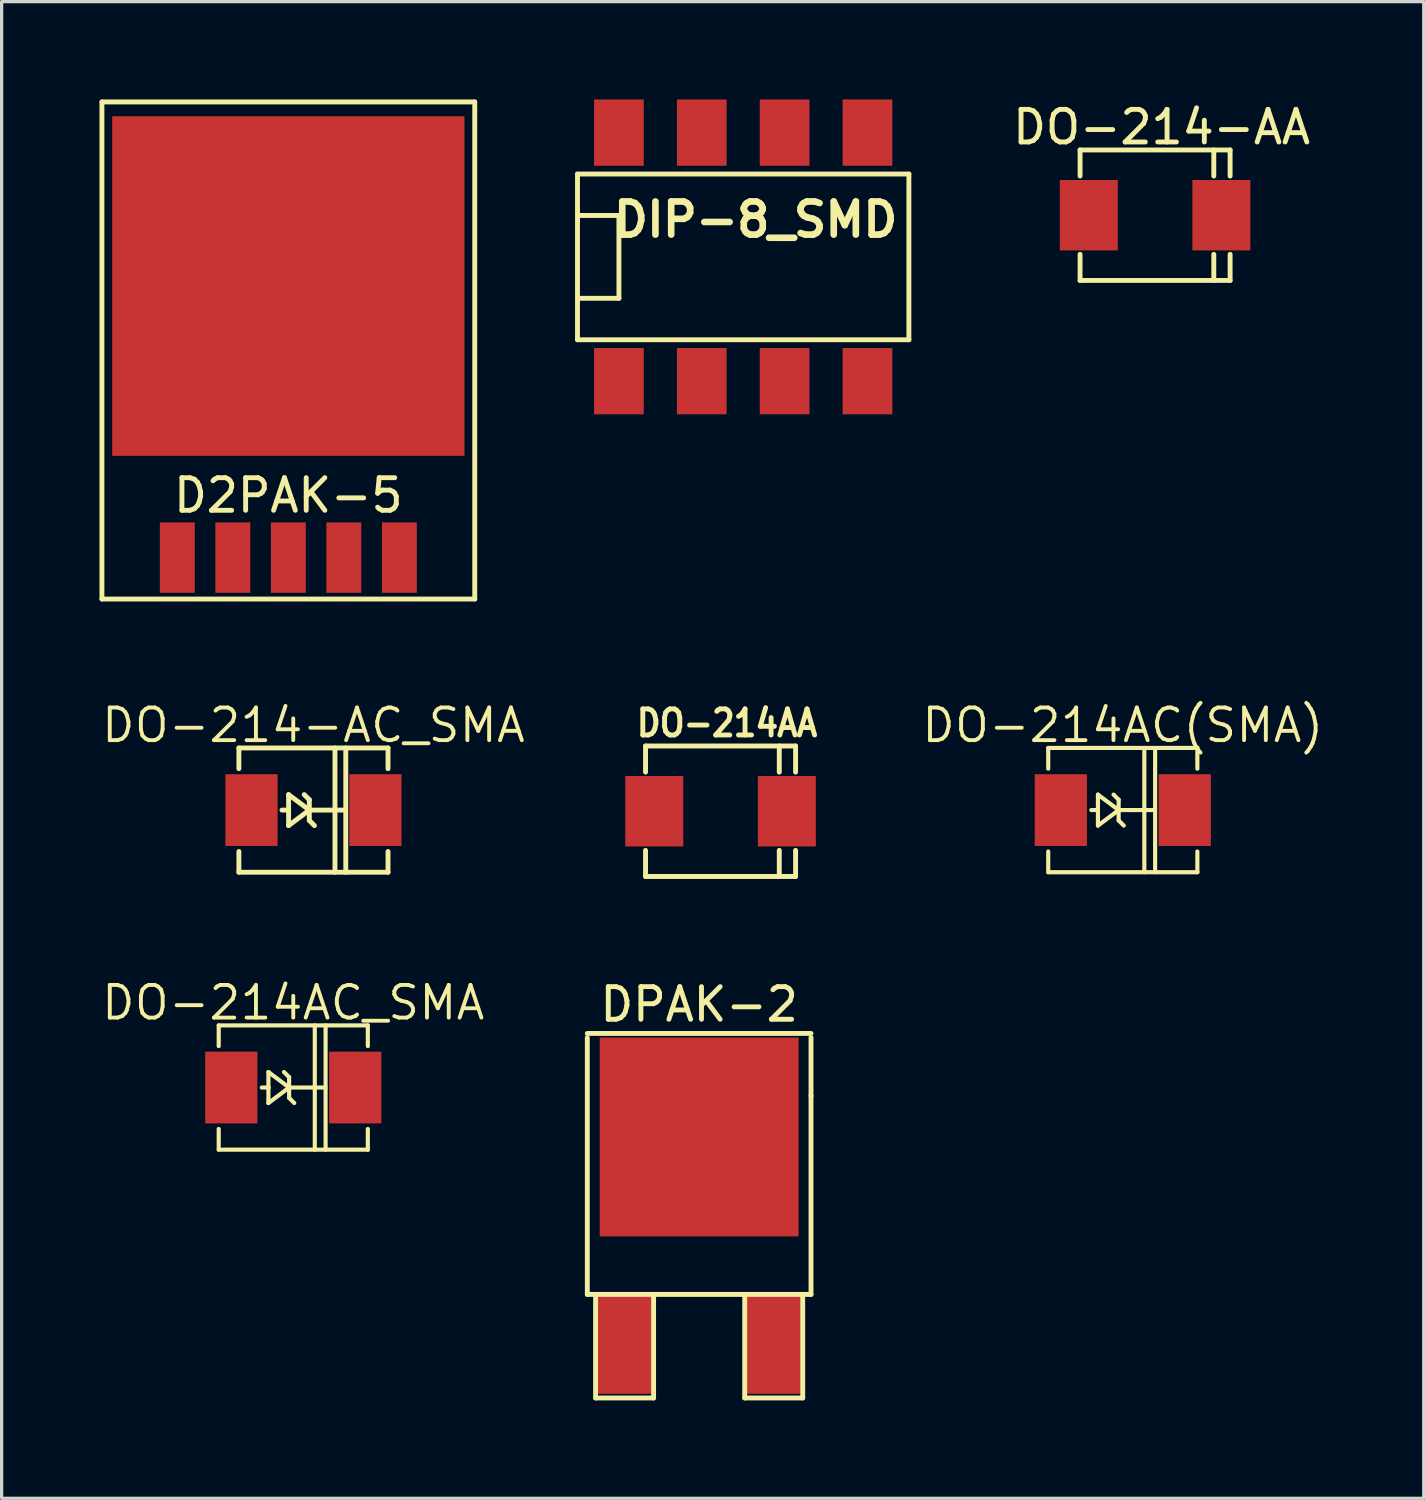
<source format=kicad_pcb>
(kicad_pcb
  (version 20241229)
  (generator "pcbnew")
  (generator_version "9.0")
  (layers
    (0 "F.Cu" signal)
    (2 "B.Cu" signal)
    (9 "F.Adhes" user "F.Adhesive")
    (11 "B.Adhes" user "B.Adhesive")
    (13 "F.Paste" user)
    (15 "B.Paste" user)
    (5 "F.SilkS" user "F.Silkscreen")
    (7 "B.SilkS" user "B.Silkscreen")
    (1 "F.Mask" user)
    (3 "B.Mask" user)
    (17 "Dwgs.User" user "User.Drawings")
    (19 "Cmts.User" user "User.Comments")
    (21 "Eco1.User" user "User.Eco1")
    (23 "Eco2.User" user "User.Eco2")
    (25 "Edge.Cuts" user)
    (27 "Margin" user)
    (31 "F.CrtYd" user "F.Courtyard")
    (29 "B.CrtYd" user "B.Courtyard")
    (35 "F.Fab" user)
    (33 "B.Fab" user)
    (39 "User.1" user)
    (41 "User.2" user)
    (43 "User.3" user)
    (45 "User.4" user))
  (footprint "DO-214-AA"
    (layer "F.Cu")
    (at 32.363 3.548)
    (property "Reference" "DO-214-AA" (at 0.2 -2.7 0) (layer "F.SilkS") (effects (font (size 1 1) (thickness 0.15))))
    (attr smd)
    (fp_line (start -2.3 -2) (end 2.3 -2) (stroke (width 0.15) (type solid)) (layer "F.SilkS"))
    (fp_line (start -2.3 -1.2) (end -2.3 -2) (stroke (width 0.15) (type solid)) (layer "F.SilkS"))
    (fp_line (start -2.3 1.2) (end -2.3 2) (stroke (width 0.15) (type solid)) (layer "F.SilkS"))
    (fp_line (start -2.3 2) (end 2.3 2) (stroke (width 0.15) (type solid)) (layer "F.SilkS"))
    (fp_line (start 1.8 -2) (end 1.8 -1.2) (stroke (width 0.15) (type solid)) (layer "F.SilkS"))
    (fp_line (start 1.8 2) (end 1.8 1.2) (stroke (width 0.15) (type solid)) (layer "F.SilkS"))
    (fp_line (start 2.3 -2) (end 2.3 -1.2) (stroke (width 0.15) (type solid)) (layer "F.SilkS"))
    (fp_line (start 2.3 2) (end 2.3 1.2) (stroke (width 0.15) (type solid)) (layer "F.SilkS"))
    (pad "1" smd rect (at -2.032 0) (size 1.778 2.159) (layers "F.Cu" "F.Mask" "F.Paste"))
    (pad "2" smd rect (at 2.032 0) (size 1.778 2.159) (layers "F.Cu" "F.Mask" "F.Paste")))
  (footprint "DO-214AC_SMA"
    (layer "F.Cu")
    (at 5.941 30.292)
    (property "Reference" "DO-214AC_SMA" (at 0 -2.601 0) (layer "F.SilkS") (effects (font (size 1.001 1.001) (thickness 0.119))))
    (attr smd)
    (fp_line (start -2.286 -1.905) (end 2.286 -1.905) (stroke (width 0.127) (type solid)) (layer "F.SilkS"))
    (fp_line (start -2.286 -1.27) (end -2.286 -1.905) (stroke (width 0.127) (type solid)) (layer "F.SilkS"))
    (fp_line (start -2.286 1.27) (end -2.286 1.905) (stroke (width 0.127) (type solid)) (layer "F.SilkS"))
    (fp_line (start -2.286 1.905) (end 2.286 1.905) (stroke (width 0.127) (type solid)) (layer "F.SilkS"))
    (fp_line (start -0.762 -0.475) (end -0.762 0) (stroke (width 0.127) (type solid)) (layer "F.SilkS"))
    (fp_line (start -0.762 0) (end -0.965 0) (stroke (width 0.127) (type solid)) (layer "F.SilkS"))
    (fp_line (start -0.762 0) (end -0.762 0.475) (stroke (width 0.127) (type solid)) (layer "F.SilkS"))
    (fp_line (start -0.762 0.475) (end -0.127 0) (stroke (width 0.127) (type solid)) (layer "F.SilkS"))
    (fp_line (start -0.127 -0.318) (end -0.284 -0.475) (stroke (width 0.127) (type solid)) (layer "F.SilkS"))
    (fp_line (start -0.127 0) (end -0.762 -0.475) (stroke (width 0.127) (type solid)) (layer "F.SilkS"))
    (fp_line (start -0.127 0) (end -0.127 -0.318) (stroke (width 0.127) (type solid)) (layer "F.SilkS"))
    (fp_line (start -0.127 0) (end -0.127 0.318) (stroke (width 0.127) (type solid)) (layer "F.SilkS"))
    (fp_line (start -0.127 0) (end 0.983 0) (stroke (width 0.127) (type solid)) (layer "F.SilkS"))
    (fp_line (start -0.127 0.318) (end 0.03 0.475) (stroke (width 0.127) (type solid)) (layer "F.SilkS"))
    (fp_line (start 0.66 1.905) (end 0.66 -1.905) (stroke (width 0.127) (type solid)) (layer "F.SilkS"))
    (fp_line (start 0.991 1.905) (end 0.991 -1.905) (stroke (width 0.127) (type solid)) (layer "F.SilkS"))
    (fp_line (start 2.286 -1.905) (end 2.286 -1.27) (stroke (width 0.127) (type solid)) (layer "F.SilkS"))
    (fp_line (start 2.286 1.905) (end 2.286 1.27) (stroke (width 0.127) (type solid)) (layer "F.SilkS"))
    (pad "1" smd rect (at -1.9 0) (size 1.6 2.2) (layers "F.Cu" "F.Mask" "F.Paste"))
    (pad "2" smd rect (at 1.9 0) (size 1.6 2.2) (layers "F.Cu" "F.Mask" "F.Paste")))
  (footprint "D2PAK-5"
    (layer "F.Cu")
    (at 5.79 14.045)
    (property "Reference" "D2PAK-5" (at 0 -1.905 0) (layer "F.SilkS") (effects (font (size 1 1) (thickness 0.15))))
    (attr through_hole)
    (fp_line (start -5.715 -13.97) (end -5.715 1.27) (stroke (width 0.15) (type solid)) (layer "F.SilkS"))
    (fp_line (start -5.715 1.27) (end 5.715 1.27) (stroke (width 0.15) (type solid)) (layer "F.SilkS"))
    (fp_line (start 5.715 -13.97) (end -5.715 -13.97) (stroke (width 0.15) (type solid)) (layer "F.SilkS"))
    (fp_line (start 5.715 1.27) (end 5.715 -13.97) (stroke (width 0.15) (type solid)) (layer "F.SilkS"))
    (pad "" smd rect (at 0 -8.325) (size 10.8 10.41) (layers "F.Cu" "F.Mask" "F.Paste"))
    (pad "1" smd rect (at -3.404 0) (size 1.07 2.16) (layers "F.Cu" "F.Mask" "F.Paste"))
    (pad "2" smd rect (at -1.702 0) (size 1.07 2.16) (layers "F.Cu" "F.Mask" "F.Paste"))
    (pad "3" smd rect (at 0 0) (size 1.07 2.16) (layers "F.Cu" "F.Mask" "F.Paste"))
    (pad "4" smd rect (at 1.702 0) (size 1.07 2.16) (layers "F.Cu" "F.Mask" "F.Paste"))
    (pad "5" smd rect (at 3.404 0) (size 1.07 2.16) (layers "F.Cu" "F.Mask" "F.Paste")))
  (footprint "DO-214AC(SMA)"
    (layer "F.Cu")
    (at 31.373 21.786)
    (property "Reference" "DO-214AC(SMA)" (at 0 -2.601 0) (layer "F.SilkS") (effects (font (size 1.001 1.001) (thickness 0.119))))
    (attr smd)
    (fp_line (start -2.286 -1.905) (end 2.286 -1.905) (stroke (width 0.127) (type solid)) (layer "F.SilkS"))
    (fp_line (start -2.286 -1.27) (end -2.286 -1.905) (stroke (width 0.127) (type solid)) (layer "F.SilkS"))
    (fp_line (start -2.286 1.27) (end -2.286 1.905) (stroke (width 0.127) (type solid)) (layer "F.SilkS"))
    (fp_line (start -2.286 1.905) (end 2.286 1.905) (stroke (width 0.127) (type solid)) (layer "F.SilkS"))
    (fp_line (start -0.762 -0.475) (end -0.762 0) (stroke (width 0.127) (type solid)) (layer "F.SilkS"))
    (fp_line (start -0.762 0) (end -0.965 0) (stroke (width 0.127) (type solid)) (layer "F.SilkS"))
    (fp_line (start -0.762 0) (end -0.762 0.475) (stroke (width 0.127) (type solid)) (layer "F.SilkS"))
    (fp_line (start -0.762 0.475) (end -0.127 0) (stroke (width 0.127) (type solid)) (layer "F.SilkS"))
    (fp_line (start -0.127 -0.318) (end -0.284 -0.475) (stroke (width 0.127) (type solid)) (layer "F.SilkS"))
    (fp_line (start -0.127 0) (end -0.762 -0.475) (stroke (width 0.127) (type solid)) (layer "F.SilkS"))
    (fp_line (start -0.127 0) (end -0.127 -0.318) (stroke (width 0.127) (type solid)) (layer "F.SilkS"))
    (fp_line (start -0.127 0) (end -0.127 0.318) (stroke (width 0.127) (type solid)) (layer "F.SilkS"))
    (fp_line (start -0.127 0) (end 0.983 0) (stroke (width 0.127) (type solid)) (layer "F.SilkS"))
    (fp_line (start -0.127 0.318) (end 0.03 0.475) (stroke (width 0.127) (type solid)) (layer "F.SilkS"))
    (fp_line (start 0.66 1.905) (end 0.66 -1.905) (stroke (width 0.127) (type solid)) (layer "F.SilkS"))
    (fp_line (start 0.991 1.905) (end 0.991 -1.905) (stroke (width 0.127) (type solid)) (layer "F.SilkS"))
    (fp_line (start 2.286 -1.905) (end 2.286 -1.27) (stroke (width 0.127) (type solid)) (layer "F.SilkS"))
    (fp_line (start 2.286 1.905) (end 2.286 1.27) (stroke (width 0.127) (type solid)) (layer "F.SilkS"))
    (pad "1" smd rect (at -1.9 0) (size 1.6 2.2) (layers "F.Cu" "F.Mask" "F.Paste"))
    (pad "2" smd rect (at 1.9 0) (size 1.6 2.2) (layers "F.Cu" "F.Mask" "F.Paste")))
  (footprint "DPAK-2"
    (layer "F.Cu")
    (at 18.385 38.158)
    (property "Reference" "DPAK-2" (at 0 -10.414 0) (layer "F.SilkS") (effects (font (size 1 1) (thickness 0.15))))
    (attr smd)
    (fp_line (start -3.429 -9.525) (end 3.429 -9.525) (stroke (width 0.15) (type solid)) (layer "F.SilkS"))
    (fp_line (start -3.429 -1.524) (end -3.429 -9.398) (stroke (width 0.15) (type solid)) (layer "F.SilkS"))
    (fp_line (start -3.175 -1.524) (end -3.175 1.651) (stroke (width 0.15) (type solid)) (layer "F.SilkS"))
    (fp_line (start -3.175 1.651) (end -1.397 1.651) (stroke (width 0.15) (type solid)) (layer "F.SilkS"))
    (fp_line (start -1.397 1.651) (end -1.397 -1.524) (stroke (width 0.15) (type solid)) (layer "F.SilkS"))
    (fp_line (start 1.397 -1.524) (end 1.397 1.651) (stroke (width 0.15) (type solid)) (layer "F.SilkS"))
    (fp_line (start 1.397 1.651) (end 3.175 1.651) (stroke (width 0.15) (type solid)) (layer "F.SilkS"))
    (fp_line (start 3.175 1.651) (end 3.175 -1.524) (stroke (width 0.15) (type solid)) (layer "F.SilkS"))
    (fp_line (start 3.429 -9.398) (end 3.429 -7.62) (stroke (width 0.15) (type solid)) (layer "F.SilkS"))
    (fp_line (start 3.429 -7.62) (end 3.429 -1.524) (stroke (width 0.15) (type solid)) (layer "F.SilkS"))
    (fp_line (start 3.429 -1.524) (end -3.429 -1.524) (stroke (width 0.15) (type solid)) (layer "F.SilkS"))
    (pad "1" smd rect (at -2.286 0) (size 1.651 3.048) (layers "F.Cu" "F.Mask" "F.Paste"))
    (pad "2" smd rect (at 0 -6.35) (size 6.096 6.096) (layers "F.Cu" "F.Mask" "F.Paste"))
    (pad "3" smd rect (at 2.286 0) (size 1.651 3.048) (layers "F.Cu" "F.Mask" "F.Paste")))
  (footprint "DIP-8_SMD"
    (layer "F.Cu")
    (at 19.735 4.826)
    (property "Reference" "DIP-8_SMD" (at 0.381 -1.143 0) (layer "F.SilkS") (effects (font (size 1.016 1.016) (thickness 0.203))))
    (attr smd)
    (fp_line (start -5.08 -2.54) (end -5.08 2.54) (stroke (width 0.15) (type solid)) (layer "F.SilkS"))
    (fp_line (start -5.08 -1.27) (end -3.81 -1.27) (stroke (width 0.15) (type solid)) (layer "F.SilkS"))
    (fp_line (start -5.08 2.54) (end 5.08 2.54) (stroke (width 0.15) (type solid)) (layer "F.SilkS"))
    (fp_line (start -3.81 -1.27) (end -3.81 1.27) (stroke (width 0.15) (type solid)) (layer "F.SilkS"))
    (fp_line (start -3.81 1.27) (end -5.08 1.27) (stroke (width 0.15) (type solid)) (layer "F.SilkS"))
    (fp_line (start 5.08 -2.54) (end -5.08 -2.54) (stroke (width 0.15) (type solid)) (layer "F.SilkS"))
    (fp_line (start 5.08 2.54) (end 5.08 -2.54) (stroke (width 0.15) (type solid)) (layer "F.SilkS"))
    (pad "1" smd rect (at -3.81 3.81) (size 1.524 2.032) (layers "F.Cu" "F.Mask" "F.Paste"))
    (pad "2" smd rect (at -1.27 3.81) (size 1.524 2.032) (layers "F.Cu" "F.Mask" "F.Paste"))
    (pad "3" smd rect (at 1.27 3.81) (size 1.524 2.032) (layers "F.Cu" "F.Mask" "F.Paste"))
    (pad "4" smd rect (at 3.81 3.81) (size 1.524 2.032) (layers "F.Cu" "F.Mask" "F.Paste"))
    (pad "5" smd rect (at 3.81 -3.81) (size 1.524 2.032) (layers "F.Cu" "F.Mask" "F.Paste"))
    (pad "6" smd rect (at 1.27 -3.81) (size 1.524 2.032) (layers "F.Cu" "F.Mask" "F.Paste"))
    (pad "7" smd rect (at -1.27 -3.81) (size 1.524 2.032) (layers "F.Cu" "F.Mask" "F.Paste"))
    (pad "8" smd rect (at -3.81 -3.81) (size 1.524 2.032) (layers "F.Cu" "F.Mask" "F.Paste")))
  (footprint "DO-214-AC_SMA"
    (layer "F.Cu")
    (at 6.56 21.786)
    (property "Reference" "DO-214-AC_SMA" (at 0 -2.601 0) (layer "F.SilkS") (effects (font (size 1.001 1.001) (thickness 0.119))))
    (attr smd)
    (fp_line (start -2.286 -1.905) (end 2.286 -1.905) (stroke (width 0.15) (type solid)) (layer "F.SilkS"))
    (fp_line (start -2.286 -1.27) (end -2.286 -1.905) (stroke (width 0.15) (type solid)) (layer "F.SilkS"))
    (fp_line (start -2.286 1.27) (end -2.286 1.905) (stroke (width 0.15) (type solid)) (layer "F.SilkS"))
    (fp_line (start -2.286 1.905) (end 2.286 1.905) (stroke (width 0.15) (type solid)) (layer "F.SilkS"))
    (fp_line (start -0.762 -0.475) (end -0.762 0) (stroke (width 0.15) (type solid)) (layer "F.SilkS"))
    (fp_line (start -0.762 0) (end -0.965 0) (stroke (width 0.15) (type solid)) (layer "F.SilkS"))
    (fp_line (start -0.762 0) (end -0.762 0.475) (stroke (width 0.15) (type solid)) (layer "F.SilkS"))
    (fp_line (start -0.762 0.475) (end -0.127 0) (stroke (width 0.15) (type solid)) (layer "F.SilkS"))
    (fp_line (start -0.127 -0.318) (end -0.284 -0.475) (stroke (width 0.15) (type solid)) (layer "F.SilkS"))
    (fp_line (start -0.127 0) (end -0.762 -0.475) (stroke (width 0.15) (type solid)) (layer "F.SilkS"))
    (fp_line (start -0.127 0) (end -0.127 -0.318) (stroke (width 0.15) (type solid)) (layer "F.SilkS"))
    (fp_line (start -0.127 0) (end -0.127 0.318) (stroke (width 0.15) (type solid)) (layer "F.SilkS"))
    (fp_line (start -0.127 0) (end 0.983 0) (stroke (width 0.15) (type solid)) (layer "F.SilkS"))
    (fp_line (start -0.127 0.318) (end 0.03 0.475) (stroke (width 0.15) (type solid)) (layer "F.SilkS"))
    (fp_line (start 0.66 1.905) (end 0.66 -1.905) (stroke (width 0.15) (type solid)) (layer "F.SilkS"))
    (fp_line (start 0.991 1.905) (end 0.991 -1.905) (stroke (width 0.15) (type solid)) (layer "F.SilkS"))
    (fp_line (start 2.286 -1.905) (end 2.286 -1.27) (stroke (width 0.15) (type solid)) (layer "F.SilkS"))
    (fp_line (start 2.286 1.905) (end 2.286 1.27) (stroke (width 0.15) (type solid)) (layer "F.SilkS"))
    (pad "1" smd rect (at -1.9 0) (size 1.6 2.2) (layers "F.Cu" "F.Mask" "F.Paste"))
    (pad "2" smd rect (at 1.9 0) (size 1.6 2.2) (layers "F.Cu" "F.Mask" "F.Paste")))
  (footprint "DO-214AA"
    (layer "F.Cu")
    (at 19.041 21.821)
    (property "Reference" "DO-214AA" (at 0.2 -2.7 0) (layer "F.SilkS") (effects (font (size 0.8 0.7) (thickness 0.15))))
    (attr smd)
    (fp_line (start -2.3 -2) (end 2.3 -2) (stroke (width 0.15) (type solid)) (layer "F.SilkS"))
    (fp_line (start -2.3 -1.2) (end -2.3 -2) (stroke (width 0.15) (type solid)) (layer "F.SilkS"))
    (fp_line (start -2.3 1.2) (end -2.3 2) (stroke (width 0.15) (type solid)) (layer "F.SilkS"))
    (fp_line (start -2.3 2) (end 2.3 2) (stroke (width 0.15) (type solid)) (layer "F.SilkS"))
    (fp_line (start 1.8 -2) (end 1.8 -1.2) (stroke (width 0.15) (type solid)) (layer "F.SilkS"))
    (fp_line (start 1.8 2) (end 1.8 1.2) (stroke (width 0.15) (type solid)) (layer "F.SilkS"))
    (fp_line (start 2.3 -2) (end 2.3 -1.2) (stroke (width 0.15) (type solid)) (layer "F.SilkS"))
    (fp_line (start 2.3 2) (end 2.3 1.2) (stroke (width 0.15) (type solid)) (layer "F.SilkS"))
    (pad "1" smd rect (at -2.032 0) (size 1.778 2.159) (layers "F.Cu" "F.Mask" "F.Paste"))
    (pad "2" smd rect (at 2.032 0) (size 1.778 2.159) (layers "F.Cu" "F.Mask" "F.Paste")))
  (gr_rect
    (start -3 -3)
    (end 40.599 42.885)
    (stroke (width 0.1) (type default))
    (fill no)
    (layer "Edge.Cuts")))
</source>
